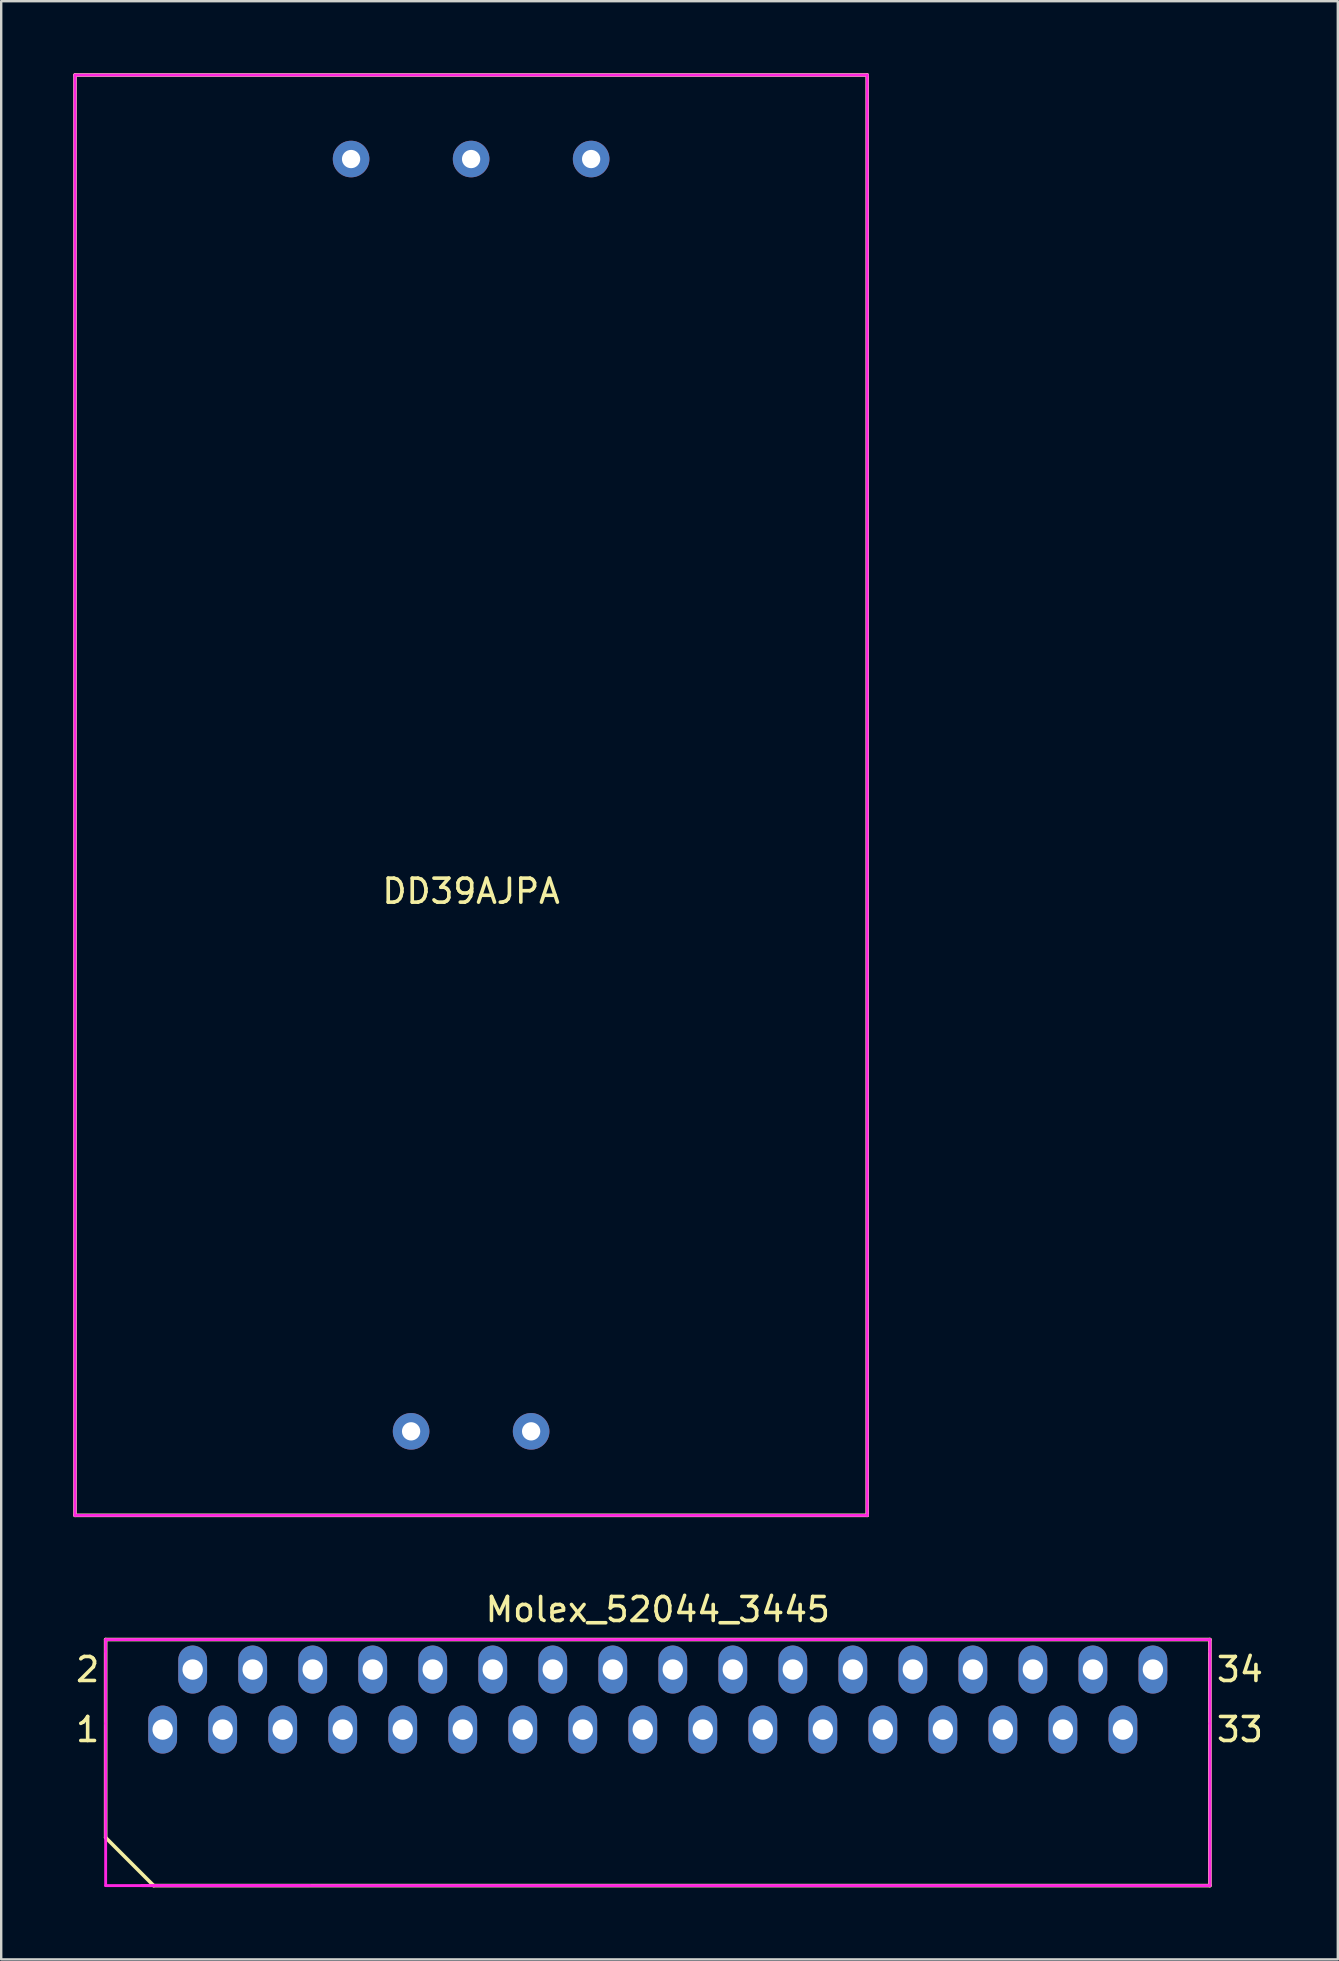
<source format=kicad_pcb>
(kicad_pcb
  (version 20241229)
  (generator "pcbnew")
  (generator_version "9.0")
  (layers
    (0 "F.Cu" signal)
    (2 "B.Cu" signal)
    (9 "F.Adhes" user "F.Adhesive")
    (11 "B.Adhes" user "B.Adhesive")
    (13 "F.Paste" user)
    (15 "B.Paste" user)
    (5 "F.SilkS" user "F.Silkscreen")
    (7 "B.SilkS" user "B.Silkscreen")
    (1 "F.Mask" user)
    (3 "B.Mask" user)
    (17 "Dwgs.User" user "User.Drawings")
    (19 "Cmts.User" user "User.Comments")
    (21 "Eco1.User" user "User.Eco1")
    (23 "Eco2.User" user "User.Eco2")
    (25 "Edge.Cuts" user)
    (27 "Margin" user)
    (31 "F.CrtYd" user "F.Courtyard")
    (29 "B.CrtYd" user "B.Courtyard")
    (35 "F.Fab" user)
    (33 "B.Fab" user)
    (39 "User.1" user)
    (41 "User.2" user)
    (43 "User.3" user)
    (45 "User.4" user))
  (footprint "DD39AJPA"
    (layer "F.Cu")
    (at 16.575 30.075)
    (property "Reference" "DD39AJPA" (at 0 4 0) (layer "F.SilkS") (effects (font (size 1 1) (thickness 0.15))))
    (attr through_hole)
    (fp_line (start -16.5 -30) (end 16.5 -30) (stroke (width 0.15) (type solid)) (layer "F.SilkS"))
    (fp_line (start -16.5 30) (end -16.5 -30) (stroke (width 0.15) (type solid)) (layer "F.SilkS"))
    (fp_line (start 16.5 -30) (end 16.5 30) (stroke (width 0.15) (type solid)) (layer "F.SilkS"))
    (fp_line (start 16.5 30) (end -16.5 30) (stroke (width 0.15) (type solid)) (layer "F.SilkS"))
    (fp_line (start -16.5 -30) (end -16.5 30) (stroke (width 0.12) (type solid)) (layer "F.CrtYd"))
    (fp_line (start -16.5 30) (end 16.5 30) (stroke (width 0.12) (type solid)) (layer "F.CrtYd"))
    (fp_line (start 16.5 -30) (end -16.5 -30) (stroke (width 0.12) (type solid)) (layer "F.CrtYd"))
    (fp_line (start 16.5 30) (end 16.5 -30) (stroke (width 0.12) (type solid)) (layer "F.CrtYd"))
    (pad "GND" thru_hole circle (at 0 -26.5) (size 1.524 1.524) (drill 0.762) (layers "*.Cu" "*.Mask"))
    (pad "GND_IN" thru_hole circle (at -2.5 26.5) (size 1.524 1.524) (drill 0.762) (layers "*.Cu" "*.Mask"))
    (pad "V+" thru_hole circle (at 5 -26.5) (size 1.524 1.524) (drill 0.762) (layers "*.Cu" "*.Mask"))
    (pad "V-" thru_hole circle (at -5 -26.5) (size 1.524 1.524) (drill 0.762) (layers "*.Cu" "*.Mask"))
    (pad "V_IN" thru_hole circle (at 2.5 26.5) (size 1.524 1.524) (drill 0.762) (layers "*.Cu" "*.Mask")))
  (footprint "Molex_52044_3445"
    (layer "F.Cu")
    (at 24.351 67.748)
    (property "Reference" "Molex_52044_3445" (at 0 -3.75 0) (layer "F.SilkS") (effects (font (size 1 1) (thickness 0.15))))
    (attr through_hole)
    (fp_line (start -23 -2.5) (end 23 -2.5) (stroke (width 0.15) (type solid)) (layer "F.SilkS"))
    (fp_line (start -23 5.75) (end -23 -2.5) (stroke (width 0.15) (type solid)) (layer "F.SilkS"))
    (fp_line (start -21 7.75) (end -23 5.75) (stroke (width 0.15) (type solid)) (layer "F.SilkS"))
    (fp_line (start 23 -2.5) (end 23 7.75) (stroke (width 0.15) (type solid)) (layer "F.SilkS"))
    (fp_line (start 23 7.75) (end -21 7.75) (stroke (width 0.15) (type solid)) (layer "F.SilkS"))
    (fp_line (start -23 -2.5) (end 23 -2.5) (stroke (width 0.12) (type solid)) (layer "F.CrtYd"))
    (fp_line (start -23 -2) (end -23 -2.5) (stroke (width 0.12) (type solid)) (layer "F.CrtYd"))
    (fp_line (start -23 -2) (end -23 1) (stroke (width 0.12) (type solid)) (layer "F.CrtYd"))
    (fp_line (start -23 1) (end -23 7.75) (stroke (width 0.12) (type solid)) (layer "F.CrtYd"))
    (fp_line (start -23 7.75) (end -21.5 7.75) (stroke (width 0.12) (type solid)) (layer "F.CrtYd"))
    (fp_line (start -21.5 7.75) (end -14.5 7.75) (stroke (width 0.12) (type solid)) (layer "F.CrtYd"))
    (fp_line (start -14.5 7.75) (end -21.5 7.75) (stroke (width 0.12) (type solid)) (layer "F.CrtYd"))
    (fp_line (start -14.5 7.75) (end 23 7.75) (stroke (width 0.12) (type solid)) (layer "F.CrtYd"))
    (fp_line (start 23 -2.5) (end 23 -2) (stroke (width 0.12) (type solid)) (layer "F.CrtYd"))
    (fp_line (start 23 -2) (end 23 1) (stroke (width 0.12) (type solid)) (layer "F.CrtYd"))
    (fp_line (start 23 1) (end 23 7.75) (stroke (width 0.12) (type solid)) (layer "F.CrtYd"))
    (fp_text user "1" (at -23.75 1.25 0) (layer "F.SilkS") (effects (font (size 1 1) (thickness 0.15))))
    (fp_text user "34" (at 24.25 -1.25 0) (layer "F.SilkS") (effects (font (size 1 1) (thickness 0.15))))
    (fp_text user "33" (at 24.25 1.25 0) (layer "F.SilkS") (effects (font (size 1 1) (thickness 0.15))))
    (fp_text user "2" (at -23.75 -1.25 0) (layer "F.SilkS") (effects (font (size 1 1) (thickness 0.15))))
    (pad "1" thru_hole oval (at -20.625 1.25) (size 1.2 2) (drill 0.85) (layers "*.Cu" "*.Mask"))
    (pad "2" thru_hole oval (at -19.375 -1.25) (size 1.2 2) (drill 0.85) (layers "*.Cu" "*.Mask"))
    (pad "3" thru_hole oval (at -18.125 1.25) (size 1.2 2) (drill 0.85) (layers "*.Cu" "*.Mask"))
    (pad "4" thru_hole oval (at -16.875 -1.25) (size 1.2 2) (drill 0.85) (layers "*.Cu" "*.Mask"))
    (pad "5" thru_hole oval (at -15.625 1.25) (size 1.2 2) (drill 0.85) (layers "*.Cu" "*.Mask"))
    (pad "6" thru_hole oval (at -14.375 -1.25) (size 1.2 2) (drill 0.85) (layers "*.Cu" "*.Mask"))
    (pad "7" thru_hole oval (at -13.125 1.25) (size 1.2 2) (drill 0.85) (layers "*.Cu" "*.Mask"))
    (pad "8" thru_hole oval (at -11.875 -1.25) (size 1.2 2) (drill 0.85) (layers "*.Cu" "*.Mask"))
    (pad "9" thru_hole oval (at -10.625 1.25) (size 1.2 2) (drill 0.85) (layers "*.Cu" "*.Mask"))
    (pad "10" thru_hole oval (at -9.375 -1.25) (size 1.2 2) (drill 0.85) (layers "*.Cu" "*.Mask"))
    (pad "11" thru_hole oval (at -8.125 1.25) (size 1.2 2) (drill 0.85) (layers "*.Cu" "*.Mask"))
    (pad "12" thru_hole oval (at -6.875 -1.25) (size 1.2 2) (drill 0.85) (layers "*.Cu" "*.Mask"))
    (pad "13" thru_hole oval (at -5.625 1.25) (size 1.2 2) (drill 0.85) (layers "*.Cu" "*.Mask"))
    (pad "14" thru_hole oval (at -4.375 -1.25) (size 1.2 2) (drill 0.85) (layers "*.Cu" "*.Mask"))
    (pad "15" thru_hole oval (at -3.125 1.25) (size 1.2 2) (drill 0.85) (layers "*.Cu" "*.Mask"))
    (pad "16" thru_hole oval (at -1.875 -1.25) (size 1.2 2) (drill 0.85) (layers "*.Cu" "*.Mask"))
    (pad "17" thru_hole oval (at -0.625 1.25) (size 1.2 2) (drill 0.85) (layers "*.Cu" "*.Mask"))
    (pad "18" thru_hole oval (at 0.625 -1.25) (size 1.2 2) (drill 0.85) (layers "*.Cu" "*.Mask"))
    (pad "19" thru_hole oval (at 1.875 1.25) (size 1.2 2) (drill 0.85) (layers "*.Cu" "*.Mask"))
    (pad "20" thru_hole oval (at 3.125 -1.25) (size 1.2 2) (drill 0.85) (layers "*.Cu" "*.Mask"))
    (pad "21" thru_hole oval (at 4.375 1.25) (size 1.2 2) (drill 0.85) (layers "*.Cu" "*.Mask"))
    (pad "22" thru_hole oval (at 5.625 -1.25) (size 1.2 2) (drill 0.85) (layers "*.Cu" "*.Mask"))
    (pad "23" thru_hole oval (at 6.875 1.25) (size 1.2 2) (drill 0.85) (layers "*.Cu" "*.Mask"))
    (pad "24" thru_hole oval (at 8.125 -1.25) (size 1.2 2) (drill 0.85) (layers "*.Cu" "*.Mask"))
    (pad "25" thru_hole oval (at 9.375 1.25) (size 1.2 2) (drill 0.85) (layers "*.Cu" "*.Mask"))
    (pad "26" thru_hole oval (at 10.625 -1.25) (size 1.2 2) (drill 0.85) (layers "*.Cu" "*.Mask"))
    (pad "27" thru_hole oval (at 11.875 1.25) (size 1.2 2) (drill 0.85) (layers "*.Cu" "*.Mask"))
    (pad "28" thru_hole oval (at 13.125 -1.25) (size 1.2 2) (drill 0.85) (layers "*.Cu" "*.Mask"))
    (pad "29" thru_hole oval (at 14.375 1.25) (size 1.2 2) (drill 0.85) (layers "*.Cu" "*.Mask"))
    (pad "30" thru_hole oval (at 15.625 -1.25) (size 1.2 2) (drill 0.85) (layers "*.Cu" "*.Mask"))
    (pad "31" thru_hole oval (at 16.875 1.25) (size 1.2 2) (drill 0.85) (layers "*.Cu" "*.Mask"))
    (pad "32" thru_hole oval (at 18.125 -1.25) (size 1.2 2) (drill 0.85) (layers "*.Cu" "*.Mask"))
    (pad "33" thru_hole oval (at 19.375 1.25) (size 1.2 2) (drill 0.85) (layers "*.Cu" "*.Mask"))
    (pad "34" thru_hole oval (at 20.625 -1.25) (size 1.2 2) (drill 0.85) (layers "*.Cu" "*.Mask")))
  (gr_rect
    (start -3 -3)
    (end 52.679 78.573)
    (stroke (width 0.1) (type default))
    (fill no)
    (layer "Edge.Cuts")))
</source>
